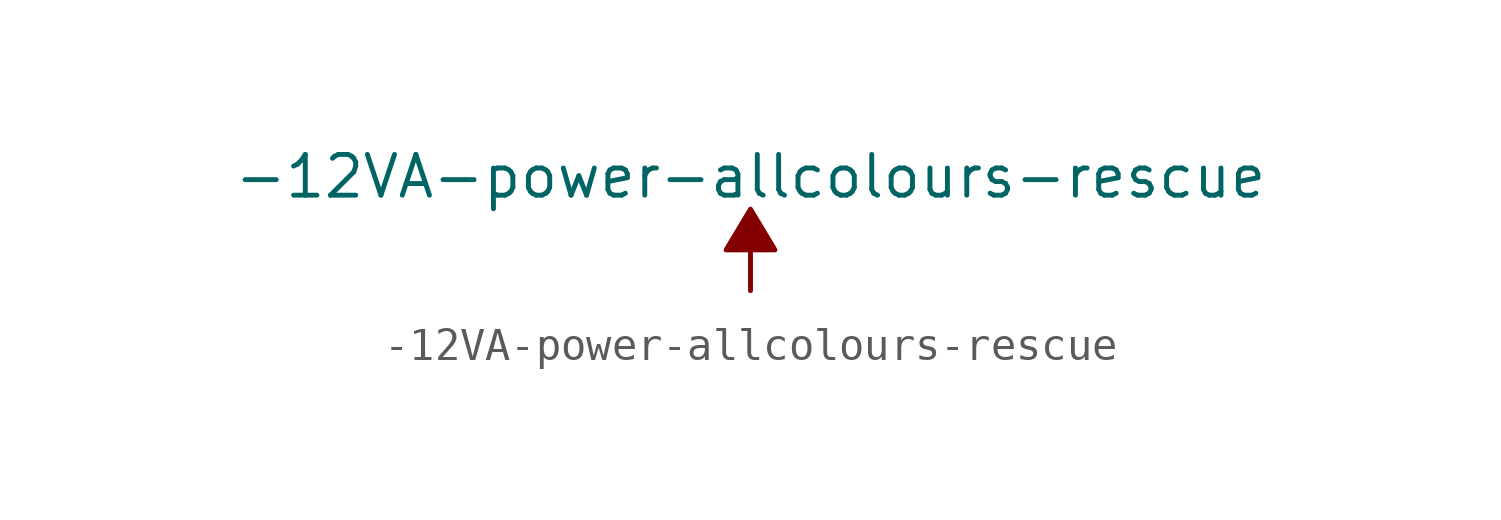
<source format=kicad_sym>
(kicad_symbol_lib
  (version 20211014)
  (generator kicad_symbol_editor)
  (symbol "-12VA-power-allcolours-rescue"
    (power)
    (pin_names
      (offset 0))
    (property "Reference" "#PWR"
      (at 0 -3.81 0)
      (effects (font (size 1.27 1.27)) hide))
    (property "Value" "-12VA-power-allcolours-rescue"
      (at 0 3.556 0)
      (effects (font (size 1.27 1.27))))
    (symbol "-12VA-power-allcolours-rescue_0_0"
      (pin power_in line (at 0 0 90) (length 0) hide (name "-12VA" (effects (font (size 1.27 1.27)))) (number "1" (effects (font (size 1.27 1.27))))))
    (symbol "-12VA-power-allcolours-rescue_0_1"
      (polyline (pts (xy 0 0) (xy 0 1.27) (xy 0.762 1.27) (xy 0 2.54) (xy -0.762 1.27) (xy 0 1.27)) (stroke (width 0) (type default) (color 0 0 0 0)) (fill (type outline))))))
</source>
